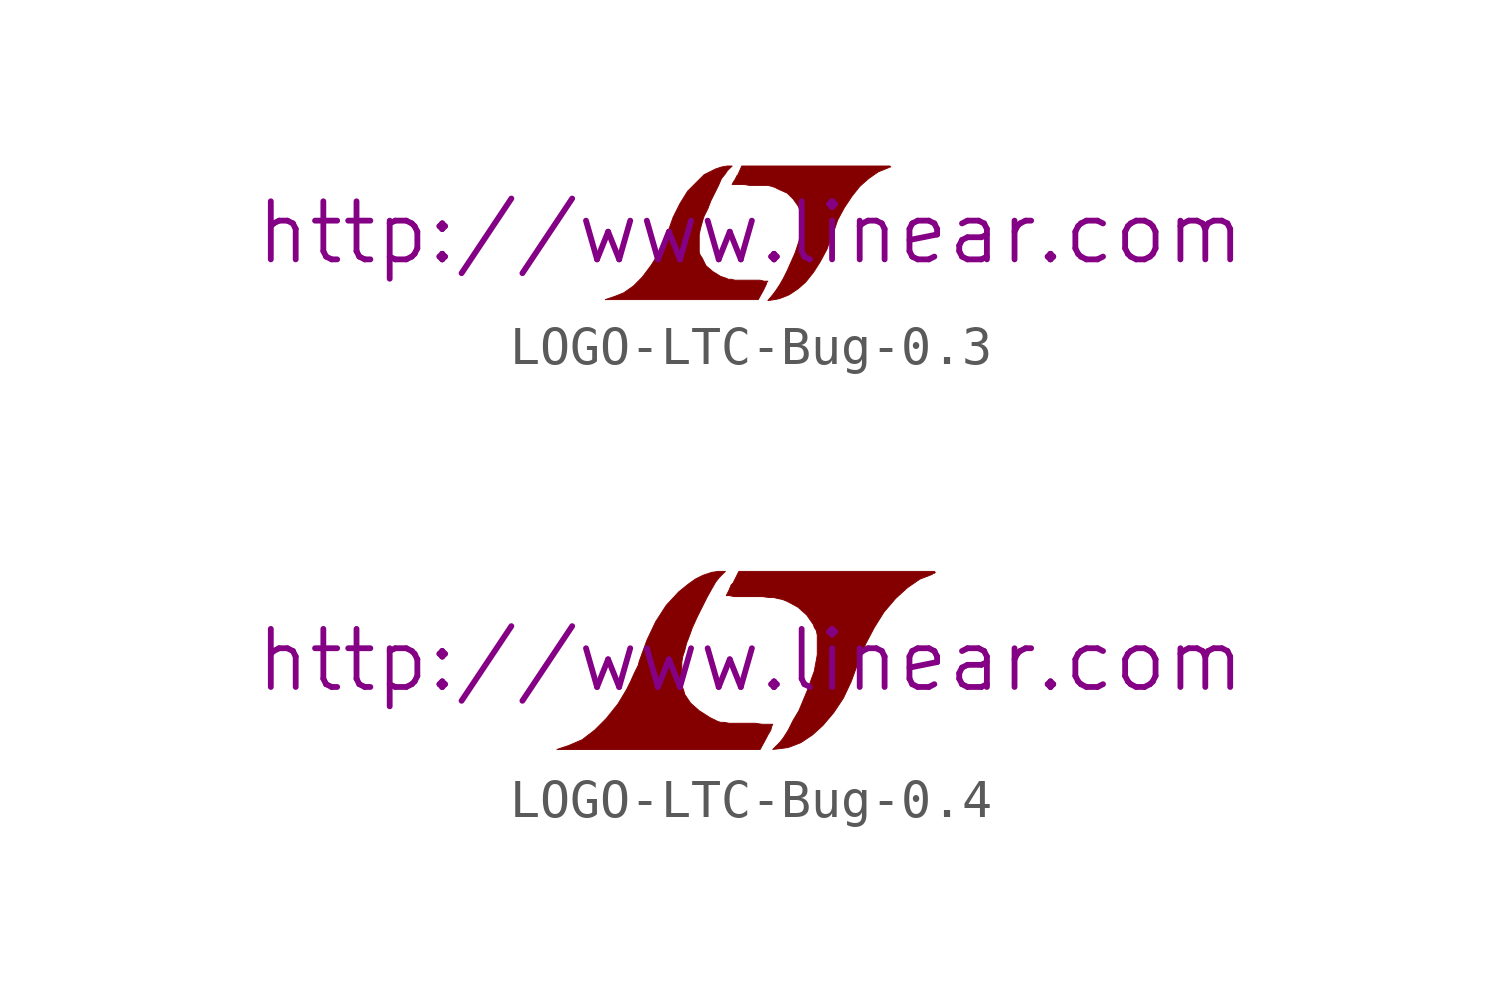
<source format=kicad_sym>
(kicad_symbol_lib
  (version 20201005)
  (generator kicad_symbol_editor)
  (symbol "LOGO-LTC-Bug-0.3"
    (pin_names
      (offset 1.016))
    (property "Reference" "#G"
      (at 0 -0.991 0)
      (effects (font (size 1.524 1.524)) hide))
    (property "Footprint" ""
      (at 0 0 0)
      (effects (font (size 1.524 1.524))))
    (property "Datasheet" "http://www.linear.com"
      (at 0 0 0)
      (effects (font (size 1.524 1.524))))
    (symbol "LOGO-LTC-Bug-0.3_0_0"
      (polyline (pts (xy 0.33 -1.524) (xy 0.406 -1.372) (xy 0.432 -1.295) (xy 0.457 -1.27) (xy 0.356 -1.27) (xy 0.254 -1.245) (xy -0.406 -1.245) (xy -0.508 -1.219) (xy -0.584 -1.219) (xy -0.635 -1.194) (xy -0.787 -1.143) (xy -0.991 -1.016) (xy -1.168 -0.864) (xy -1.27 -0.66) (xy -1.321 -0.584) (xy -1.346 -0.508) (xy -1.346 -0.051) (xy -1.321 0.076) (xy -1.295 0.178) (xy -1.245 0.356) (xy -1.219 0.432) (xy -1.118 0.635) (xy -1.041 0.838) (xy -0.838 1.245) (xy -0.762 1.422) (xy -0.66 1.549) (xy -0.61 1.626) (xy -0.483 1.753) (xy -0.61 1.753) (xy -0.762 1.727) (xy -0.914 1.676) (xy -1.219 1.524) (xy -1.651 1.092) (xy -1.854 0.762) (xy -2.032 0.406) (xy -2.184 -0.025) (xy -2.21 -0.102) (xy -2.286 -0.254) (xy -2.362 -0.432) (xy -2.438 -0.584) (xy -2.616 -0.864) (xy -2.845 -1.168) (xy -3.073 -1.397) (xy -3.327 -1.575) (xy -3.581 -1.676) (xy -3.81 -1.753) (xy 0.203 -1.753) (xy 0.33 -1.524)) (stroke (width 0.025)) (fill (type outline)))
      (polyline (pts (xy 0.635 -1.753) (xy 0.762 -1.727) (xy 1.016 -1.626) (xy 1.245 -1.473) (xy 1.448 -1.295) (xy 1.651 -1.041) (xy 1.829 -0.762) (xy 2.007 -0.432) (xy 2.134 -0.076) (xy 2.159 -0.051) (xy 2.286 0.33) (xy 2.464 0.66) (xy 2.667 0.965) (xy 2.87 1.219) (xy 3.099 1.422) (xy 3.353 1.6) (xy 3.607 1.702) (xy 3.658 1.727) (xy 3.683 1.727) (xy 3.658 1.753) (xy -0.229 1.753) (xy -0.33 1.524) (xy -0.356 1.499) (xy -0.406 1.397) (xy -0.457 1.321) (xy -0.483 1.27) (xy -0.178 1.27) (xy -0.025 1.245) (xy 0.457 1.245) (xy 0.559 1.219) (xy 0.635 1.194) (xy 0.737 1.143) (xy 0.965 1.041) (xy 1.118 0.889) (xy 1.245 0.711) (xy 1.27 0.66) (xy 1.321 0.508) (xy 1.321 0) (xy 1.295 -0.102) (xy 1.27 -0.229) (xy 1.168 -0.533) (xy 0.965 -0.991) (xy 0.864 -1.194) (xy 0.762 -1.372) (xy 0.66 -1.524) (xy 0.584 -1.626) (xy 0.457 -1.778) (xy 0.635 -1.753)) (stroke (width 0.025)) (fill (type outline)))))
  (symbol "LOGO-LTC-Bug-0.4"
    (pin_names
      (offset 1.016))
    (property "Reference" "#G"
      (at 0 -1.575 0)
      (effects (font (size 1.524 1.524)) hide))
    (property "Footprint" ""
      (at 0 0 0)
      (effects (font (size 1.524 1.524))))
    (property "Datasheet" "http://www.linear.com"
      (at 0 0 0)
      (effects (font (size 1.524 1.524))))
    (symbol "LOGO-LTC-Bug-0.4_0_0"
      (polyline (pts (xy 0.432 -2.007) (xy 0.457 -1.956) (xy 0.533 -1.829) (xy 0.559 -1.727) (xy 0.584 -1.676) (xy 0.305 -1.676) (xy 0.127 -1.651) (xy -0.559 -1.651) (xy -0.686 -1.626) (xy -0.787 -1.626) (xy -0.864 -1.6) (xy -1.067 -1.499) (xy -1.346 -1.321) (xy -1.575 -1.118) (xy -1.727 -0.889) (xy -1.753 -0.787) (xy -1.803 -0.66) (xy -1.803 -0.051) (xy -1.778 0.102) (xy -1.727 0.254) (xy -1.676 0.457) (xy -1.626 0.584) (xy -1.524 0.864) (xy -1.397 1.143) (xy -1.143 1.651) (xy -1.016 1.88) (xy -0.914 2.057) (xy -0.813 2.184) (xy -0.66 2.337) (xy -0.838 2.337) (xy -1.016 2.311) (xy -1.245 2.235) (xy -1.448 2.134) (xy -1.626 2.007) (xy -1.88 1.803) (xy -2.21 1.448) (xy -2.489 1.016) (xy -2.718 0.533) (xy -2.921 -0.025) (xy -2.946 -0.127) (xy -3.048 -0.33) (xy -3.15 -0.559) (xy -3.251 -0.762) (xy -3.48 -1.143) (xy -3.785 -1.524) (xy -4.089 -1.829) (xy -4.42 -2.083) (xy -4.775 -2.235) (xy -5.08 -2.337) (xy 0.254 -2.337) (xy 0.432 -2.007)) (stroke (width 0.025)) (fill (type outline)))
      (polyline (pts (xy 0.813 -2.311) (xy 0.991 -2.286) (xy 1.321 -2.159) (xy 1.626 -1.956) (xy 1.905 -1.702) (xy 2.184 -1.372) (xy 2.438 -0.991) (xy 2.642 -0.559) (xy 2.819 -0.076) (xy 2.845 -0.051) (xy 3.023 0.432) (xy 3.251 0.864) (xy 3.505 1.27) (xy 3.81 1.626) (xy 4.115 1.905) (xy 4.445 2.134) (xy 4.775 2.261) (xy 4.775 2.286) (xy 4.826 2.286) (xy 4.851 2.311) (xy 4.826 2.337) (xy -0.305 2.337) (xy -0.457 2.032) (xy -0.508 1.981) (xy -0.559 1.854) (xy -0.635 1.702) (xy -0.559 1.702) (xy -0.432 1.676) (xy 0.305 1.676) (xy 0.483 1.651) (xy 0.61 1.651) (xy 0.711 1.626) (xy 0.838 1.6) (xy 0.965 1.549) (xy 1.245 1.397) (xy 1.473 1.194) (xy 1.651 0.94) (xy 1.676 0.864) (xy 1.727 0.787) (xy 1.753 0.66) (xy 1.753 0.152) (xy 1.727 0) (xy 1.702 -0.127) (xy 1.676 -0.279) (xy 1.6 -0.483) (xy 1.524 -0.711) (xy 1.27 -1.321) (xy 1.118 -1.575) (xy 0.991 -1.829) (xy 0.864 -2.032) (xy 0.762 -2.159) (xy 0.584 -2.337) (xy 0.813 -2.311)) (stroke (width 0.025)) (fill (type outline))))))
</source>
